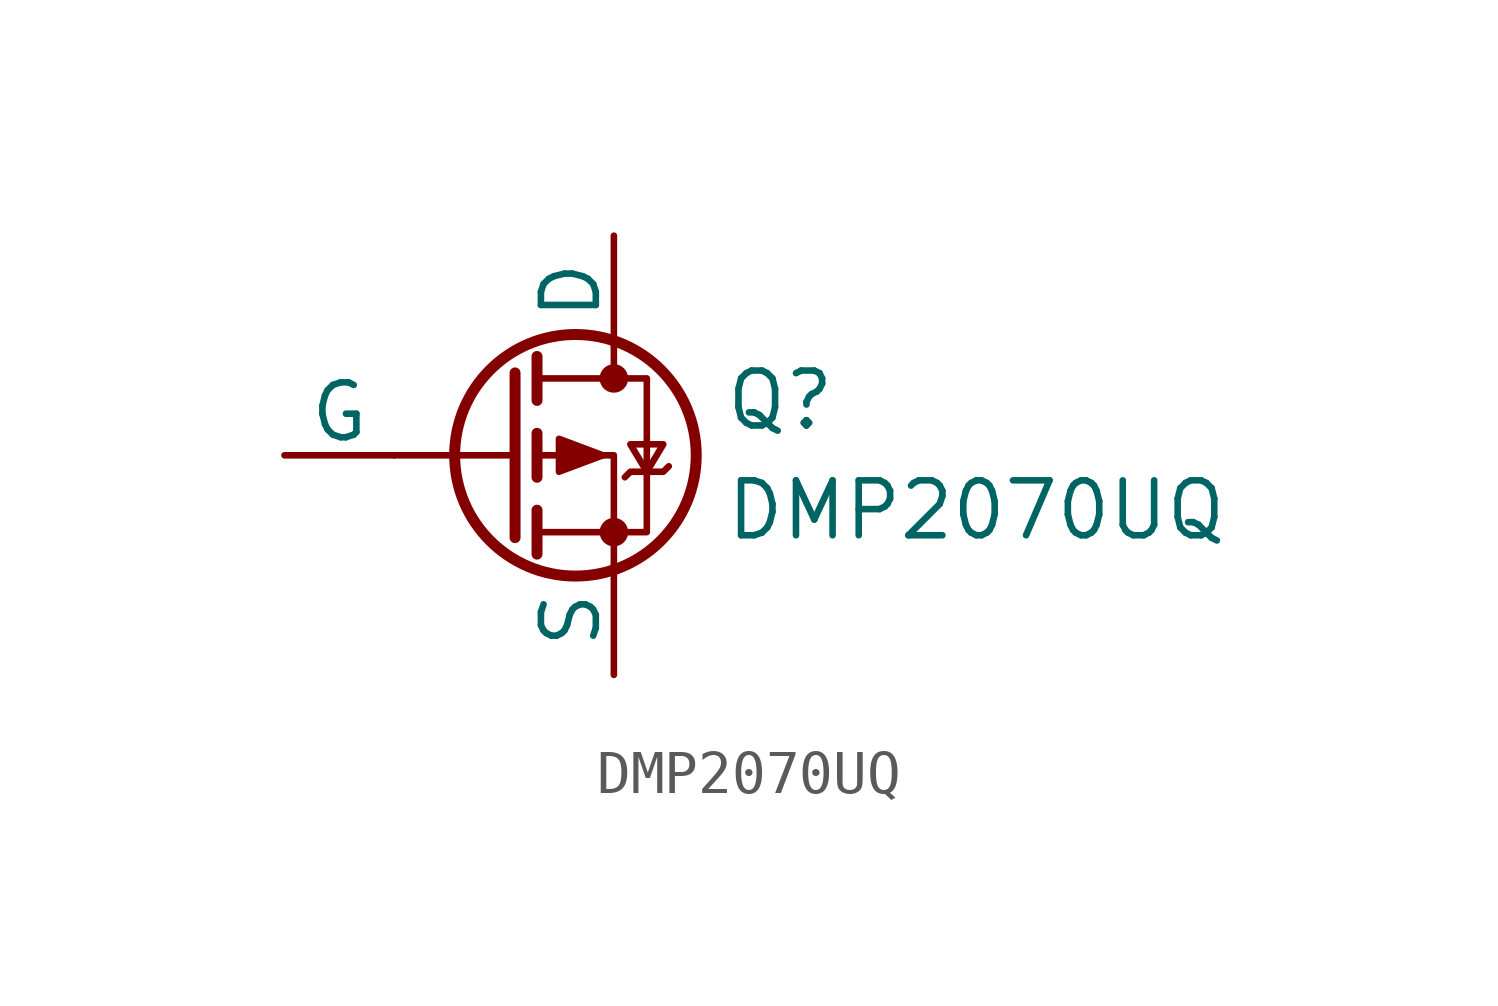
<source format=kicad_sym>
(kicad_symbol_lib
  (version 20231120)
  (generator "kicad_symbol_editor")
  (generator_version "8.0")
  (symbol "DMP2070UQ"
    (pin_numbers hide)
    (pin_names
      (offset 0))
    (property "Reference" "Q"
      (at 5.08 1.27 0)
      (effects (font (size 1.27 1.27)) (justify left)))
    (property "Value" "DMP2070UQ"
      (at 5.08 -1.27 0)
      (effects (font (size 1.27 1.27)) (justify left)))
    (symbol "DMP2070UQ_0_1"
      (polyline (pts (xy 0.254 0) (xy -2.54 0)) (stroke (width 0) (type default)) (fill (type none)))
      (polyline (pts (xy 0.254 1.905) (xy 0.254 -1.905)) (stroke (width 0.254) (type default)) (fill (type none)))
      (polyline (pts (xy 0.762 -1.27) (xy 0.762 -2.286)) (stroke (width 0.254) (type default)) (fill (type none)))
      (polyline (pts (xy 0.762 0.508) (xy 0.762 -0.508)) (stroke (width 0.254) (type default)) (fill (type none)))
      (polyline (pts (xy 0.762 2.286) (xy 0.762 1.27)) (stroke (width 0.254) (type default)) (fill (type none)))
      (polyline (pts (xy 2.54 2.54) (xy 2.54 1.778)) (stroke (width 0) (type default)) (fill (type none)))
      (polyline (pts (xy 2.54 -2.54) (xy 2.54 0) (xy 0.762 0)) (stroke (width 0) (type default)) (fill (type none)))
      (polyline (pts (xy 0.762 1.778) (xy 3.302 1.778) (xy 3.302 -1.778) (xy 0.762 -1.778)) (stroke (width 0) (type default)) (fill (type none)))
      (polyline (pts (xy 2.286 0) (xy 1.27 0.381) (xy 1.27 -0.381) (xy 2.286 0)) (stroke (width 0) (type default)) (fill (type outline)))
      (polyline (pts (xy 2.794 -0.508) (xy 2.921 -0.381) (xy 3.683 -0.381) (xy 3.81 -0.254)) (stroke (width 0) (type default)) (fill (type none)))
      (polyline (pts (xy 3.302 -0.381) (xy 2.921 0.254) (xy 3.683 0.254) (xy 3.302 -0.381)) (stroke (width 0) (type default)) (fill (type none)))
      (circle (center 1.651 0) (radius 2.794) (stroke (width 0.254) (type default)) (fill (type none)))
      (circle (center 2.54 -1.778) (radius 0.254) (stroke (width 0) (type default)) (fill (type outline)))
      (circle (center 2.54 1.778) (radius 0.254) (stroke (width 0) (type default)) (fill (type outline))))
    (symbol "DMP2070UQ_1_1"
      (pin input line (at -5.08 0 0) (length 2.54) (name "G" (effects (font (size 1.27 1.27)))) (number "1" (effects (font (size 1.27 1.27)))))
      (pin passive line (at 2.54 -5.08 90) (length 2.54) (name "S" (effects (font (size 1.27 1.27)))) (number "2" (effects (font (size 1.27 1.27)))))
      (pin passive line (at 2.54 5.08 270) (length 2.54) (name "D" (effects (font (size 1.27 1.27)))) (number "3" (effects (font (size 1.27 1.27))))))))
</source>
